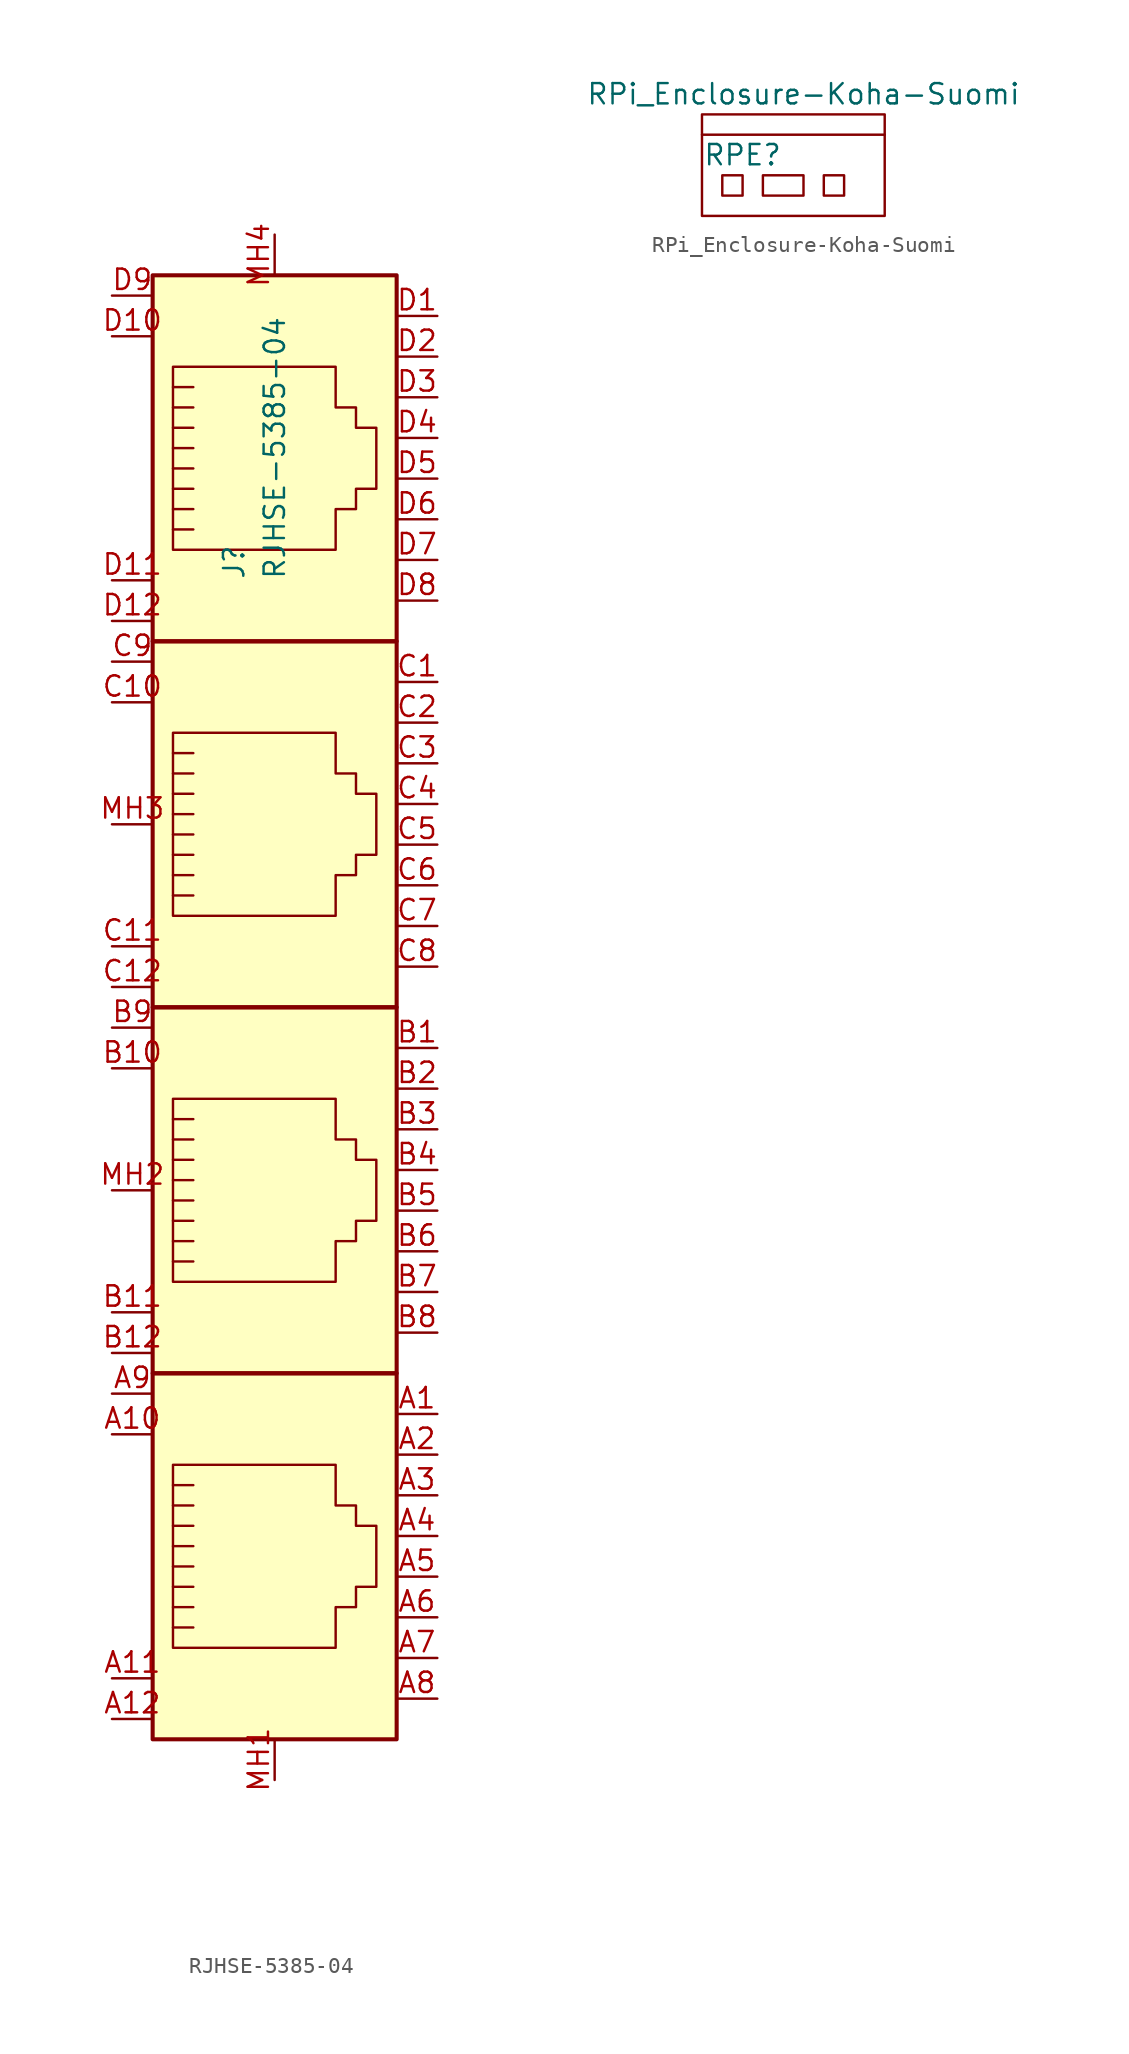
<source format=kicad_sym>
(kicad_symbol_lib
  (version 20220914)
  (generator kicad_symbol_editor)
  (symbol "RJHSE-5385-04"
    (pin_names
      (offset 0.762))
    (property "Reference" "J"
      (at -33.02 -12.7 90)
      (effects (font (size 1.27 1.27)) (justify left)))
    (property "Value" "RJHSE-5385-04"
      (at -30.48 -12.7 90)
      (effects (font (size 1.27 1.27)) (justify left)))
    (symbol "RJHSE-5385-04_1_1"
      (rectangle (start -22.86 -62.23) (end -38.1 -85.09) (stroke (width 0.254) (type solid)) (fill (type background)))
      (rectangle (start -22.86 -39.37) (end -38.1 -62.23) (stroke (width 0.254) (type solid)) (fill (type background)))
      (rectangle (start -22.86 -16.51) (end -38.1 -39.37) (stroke (width 0.254) (type solid)) (fill (type background)))
      (rectangle (start -22.86 -16.51) (end -38.1 6.35) (stroke (width 0.254) (type solid)) (fill (type background)))
      (polyline (pts (xy -35.56 -70.485) (xy -36.83 -70.485)) (stroke (width 0) (type solid)) (fill (type none)))
      (polyline (pts (xy -35.56 -69.215) (xy -36.83 -69.215)) (stroke (width 0) (type solid)) (fill (type none)))
      (polyline (pts (xy -35.56 -47.625) (xy -36.83 -47.625)) (stroke (width 0) (type solid)) (fill (type none)))
      (polyline (pts (xy -35.56 -46.355) (xy -36.83 -46.355)) (stroke (width 0) (type solid)) (fill (type none)))
      (polyline (pts (xy -35.56 -24.765) (xy -36.83 -24.765)) (stroke (width 0) (type solid)) (fill (type none)))
      (polyline (pts (xy -35.56 -23.495) (xy -36.83 -23.495)) (stroke (width 0) (type solid)) (fill (type none)))
      (polyline (pts (xy -35.56 -9.525) (xy -36.83 -9.525)) (stroke (width 0) (type solid)) (fill (type none)))
      (polyline (pts (xy -35.56 -8.255) (xy -36.83 -8.255)) (stroke (width 0) (type solid)) (fill (type none)))
      (polyline (pts (xy -36.83 -78.105) (xy -35.56 -78.105) (xy -35.56 -78.105)) (stroke (width 0) (type solid)) (fill (type none)))
      (polyline (pts (xy -36.83 -76.835) (xy -35.56 -76.835) (xy -35.56 -76.835)) (stroke (width 0) (type solid)) (fill (type none)))
      (polyline (pts (xy -36.83 -75.565) (xy -35.56 -75.565) (xy -35.56 -75.565)) (stroke (width 0) (type solid)) (fill (type none)))
      (polyline (pts (xy -36.83 -74.295) (xy -35.56 -74.295) (xy -35.56 -74.295)) (stroke (width 0) (type solid)) (fill (type none)))
      (polyline (pts (xy -36.83 -73.025) (xy -35.56 -73.025) (xy -35.56 -73.025)) (stroke (width 0) (type solid)) (fill (type none)))
      (polyline (pts (xy -36.83 -55.245) (xy -35.56 -55.245) (xy -35.56 -55.245)) (stroke (width 0) (type solid)) (fill (type none)))
      (polyline (pts (xy -36.83 -53.975) (xy -35.56 -53.975) (xy -35.56 -53.975)) (stroke (width 0) (type solid)) (fill (type none)))
      (polyline (pts (xy -36.83 -52.705) (xy -35.56 -52.705) (xy -35.56 -52.705)) (stroke (width 0) (type solid)) (fill (type none)))
      (polyline (pts (xy -36.83 -51.435) (xy -35.56 -51.435) (xy -35.56 -51.435)) (stroke (width 0) (type solid)) (fill (type none)))
      (polyline (pts (xy -36.83 -50.165) (xy -35.56 -50.165) (xy -35.56 -50.165)) (stroke (width 0) (type solid)) (fill (type none)))
      (polyline (pts (xy -36.83 -32.385) (xy -35.56 -32.385) (xy -35.56 -32.385)) (stroke (width 0) (type solid)) (fill (type none)))
      (polyline (pts (xy -36.83 -31.115) (xy -35.56 -31.115) (xy -35.56 -31.115)) (stroke (width 0) (type solid)) (fill (type none)))
      (polyline (pts (xy -36.83 -29.845) (xy -35.56 -29.845) (xy -35.56 -29.845)) (stroke (width 0) (type solid)) (fill (type none)))
      (polyline (pts (xy -36.83 -28.575) (xy -35.56 -28.575) (xy -35.56 -28.575)) (stroke (width 0) (type solid)) (fill (type none)))
      (polyline (pts (xy -36.83 -27.305) (xy -35.56 -27.305) (xy -35.56 -27.305)) (stroke (width 0) (type solid)) (fill (type none)))
      (polyline (pts (xy -36.83 -5.715) (xy -35.56 -5.715) (xy -35.56 -5.715)) (stroke (width 0) (type solid)) (fill (type none)))
      (polyline (pts (xy -36.83 -4.445) (xy -35.56 -4.445) (xy -35.56 -4.445)) (stroke (width 0) (type solid)) (fill (type none)))
      (polyline (pts (xy -36.83 -3.175) (xy -35.56 -3.175) (xy -35.56 -3.175)) (stroke (width 0) (type solid)) (fill (type none)))
      (polyline (pts (xy -36.83 -1.905) (xy -35.56 -1.905) (xy -35.56 -1.905)) (stroke (width 0) (type solid)) (fill (type none)))
      (polyline (pts (xy -36.83 -0.635) (xy -35.56 -0.635) (xy -35.56 -0.635)) (stroke (width 0) (type solid)) (fill (type none)))
      (polyline (pts (xy -35.56 -71.755) (xy -36.83 -71.755) (xy -36.83 -71.755)) (stroke (width 0) (type solid)) (fill (type none)))
      (polyline (pts (xy -35.56 -48.895) (xy -36.83 -48.895) (xy -36.83 -48.895)) (stroke (width 0) (type solid)) (fill (type none)))
      (polyline (pts (xy -35.56 -26.035) (xy -36.83 -26.035) (xy -36.83 -26.035)) (stroke (width 0) (type solid)) (fill (type none)))
      (polyline (pts (xy -35.56 -6.985) (xy -36.83 -6.985) (xy -36.83 -6.985)) (stroke (width 0) (type solid)) (fill (type none)))
      (polyline (pts (xy -36.83 -79.375) (xy -36.83 -67.945) (xy -26.67 -67.945) (xy -26.67 -70.485) (xy -25.4 -70.485) (xy -25.4 -71.755) (xy -24.13 -71.755) (xy -24.13 -75.565) (xy -25.4 -75.565) (xy -25.4 -76.835) (xy -26.67 -76.835) (xy -26.67 -79.375) (xy -36.83 -79.375) (xy -36.83 -79.375)) (stroke (width 0) (type solid)) (fill (type none)))
      (polyline (pts (xy -36.83 -56.515) (xy -36.83 -45.085) (xy -26.67 -45.085) (xy -26.67 -47.625) (xy -25.4 -47.625) (xy -25.4 -48.895) (xy -24.13 -48.895) (xy -24.13 -52.705) (xy -25.4 -52.705) (xy -25.4 -53.975) (xy -26.67 -53.975) (xy -26.67 -56.515) (xy -36.83 -56.515) (xy -36.83 -56.515)) (stroke (width 0) (type solid)) (fill (type none)))
      (polyline (pts (xy -36.83 -33.655) (xy -36.83 -22.225) (xy -26.67 -22.225) (xy -26.67 -24.765) (xy -25.4 -24.765) (xy -25.4 -26.035) (xy -24.13 -26.035) (xy -24.13 -29.845) (xy -25.4 -29.845) (xy -25.4 -31.115) (xy -26.67 -31.115) (xy -26.67 -33.655) (xy -36.83 -33.655) (xy -36.83 -33.655)) (stroke (width 0) (type solid)) (fill (type none)))
      (polyline (pts (xy -36.83 0.635) (xy -36.83 -10.795) (xy -26.67 -10.795) (xy -26.67 -8.255) (xy -25.4 -8.255) (xy -25.4 -6.985) (xy -24.13 -6.985) (xy -24.13 -3.175) (xy -25.4 -3.175) (xy -25.4 -1.905) (xy -26.67 -1.905) (xy -26.67 0.635) (xy -36.83 0.635) (xy -36.83 0.635)) (stroke (width 0) (type solid)) (fill (type none)))
      (pin passive line (at -20.32 -64.77 180) (length 2.54) (name "~" (effects (font (size 1.27 1.27)))) (number "A1" (effects (font (size 1.27 1.27)))))
      (pin input line (at -40.64 -66.04 0) (length 2.54) (name "~" (effects (font (size 1.27 1.27)))) (number "A10" (effects (font (size 1.27 1.27)))))
      (pin output line (at -40.64 -81.28 0) (length 2.54) (name "~" (effects (font (size 1.27 1.27)))) (number "A11" (effects (font (size 1.27 1.27)))))
      (pin input line (at -40.64 -83.82 0) (length 2.54) (name "~" (effects (font (size 1.27 1.27)))) (number "A12" (effects (font (size 1.27 1.27)))))
      (pin passive line (at -20.32 -67.31 180) (length 2.54) (name "~" (effects (font (size 1.27 1.27)))) (number "A2" (effects (font (size 1.27 1.27)))))
      (pin passive line (at -20.32 -69.85 180) (length 2.54) (name "~" (effects (font (size 1.27 1.27)))) (number "A3" (effects (font (size 1.27 1.27)))))
      (pin passive line (at -20.32 -72.39 180) (length 2.54) (name "~" (effects (font (size 1.27 1.27)))) (number "A4" (effects (font (size 1.27 1.27)))))
      (pin passive line (at -20.32 -74.93 180) (length 2.54) (name "~" (effects (font (size 1.27 1.27)))) (number "A5" (effects (font (size 1.27 1.27)))))
      (pin passive line (at -20.32 -77.47 180) (length 2.54) (name "~" (effects (font (size 1.27 1.27)))) (number "A6" (effects (font (size 1.27 1.27)))))
      (pin passive line (at -20.32 -80.01 180) (length 2.54) (name "~" (effects (font (size 1.27 1.27)))) (number "A7" (effects (font (size 1.27 1.27)))))
      (pin passive line (at -20.32 -82.55 180) (length 2.54) (name "~" (effects (font (size 1.27 1.27)))) (number "A8" (effects (font (size 1.27 1.27)))))
      (pin output line (at -40.64 -63.5 0) (length 2.54) (name "~" (effects (font (size 1.27 1.27)))) (number "A9" (effects (font (size 1.27 1.27)))))
      (pin passive line (at -20.32 -41.91 180) (length 2.54) (name "~" (effects (font (size 1.27 1.27)))) (number "B1" (effects (font (size 1.27 1.27)))))
      (pin input line (at -40.64 -43.18 0) (length 2.54) (name "~" (effects (font (size 1.27 1.27)))) (number "B10" (effects (font (size 1.27 1.27)))))
      (pin output line (at -40.64 -58.42 0) (length 2.54) (name "~" (effects (font (size 1.27 1.27)))) (number "B11" (effects (font (size 1.27 1.27)))))
      (pin input line (at -40.64 -60.96 0) (length 2.54) (name "~" (effects (font (size 1.27 1.27)))) (number "B12" (effects (font (size 1.27 1.27)))))
      (pin passive line (at -20.32 -44.45 180) (length 2.54) (name "~" (effects (font (size 1.27 1.27)))) (number "B2" (effects (font (size 1.27 1.27)))))
      (pin passive line (at -20.32 -46.99 180) (length 2.54) (name "~" (effects (font (size 1.27 1.27)))) (number "B3" (effects (font (size 1.27 1.27)))))
      (pin passive line (at -20.32 -49.53 180) (length 2.54) (name "~" (effects (font (size 1.27 1.27)))) (number "B4" (effects (font (size 1.27 1.27)))))
      (pin passive line (at -20.32 -52.07 180) (length 2.54) (name "~" (effects (font (size 1.27 1.27)))) (number "B5" (effects (font (size 1.27 1.27)))))
      (pin passive line (at -20.32 -54.61 180) (length 2.54) (name "~" (effects (font (size 1.27 1.27)))) (number "B6" (effects (font (size 1.27 1.27)))))
      (pin passive line (at -20.32 -57.15 180) (length 2.54) (name "~" (effects (font (size 1.27 1.27)))) (number "B7" (effects (font (size 1.27 1.27)))))
      (pin passive line (at -20.32 -59.69 180) (length 2.54) (name "~" (effects (font (size 1.27 1.27)))) (number "B8" (effects (font (size 1.27 1.27)))))
      (pin output line (at -40.64 -40.64 0) (length 2.54) (name "~" (effects (font (size 1.27 1.27)))) (number "B9" (effects (font (size 1.27 1.27)))))
      (pin passive line (at -20.32 -19.05 180) (length 2.54) (name "~" (effects (font (size 1.27 1.27)))) (number "C1" (effects (font (size 1.27 1.27)))))
      (pin input line (at -40.64 -20.32 0) (length 2.54) (name "~" (effects (font (size 1.27 1.27)))) (number "C10" (effects (font (size 1.27 1.27)))))
      (pin output line (at -40.64 -35.56 0) (length 2.54) (name "~" (effects (font (size 1.27 1.27)))) (number "C11" (effects (font (size 1.27 1.27)))))
      (pin input line (at -40.64 -38.1 0) (length 2.54) (name "~" (effects (font (size 1.27 1.27)))) (number "C12" (effects (font (size 1.27 1.27)))))
      (pin passive line (at -20.32 -21.59 180) (length 2.54) (name "~" (effects (font (size 1.27 1.27)))) (number "C2" (effects (font (size 1.27 1.27)))))
      (pin passive line (at -20.32 -24.13 180) (length 2.54) (name "~" (effects (font (size 1.27 1.27)))) (number "C3" (effects (font (size 1.27 1.27)))))
      (pin passive line (at -20.32 -26.67 180) (length 2.54) (name "~" (effects (font (size 1.27 1.27)))) (number "C4" (effects (font (size 1.27 1.27)))))
      (pin passive line (at -20.32 -29.21 180) (length 2.54) (name "~" (effects (font (size 1.27 1.27)))) (number "C5" (effects (font (size 1.27 1.27)))))
      (pin passive line (at -20.32 -31.75 180) (length 2.54) (name "~" (effects (font (size 1.27 1.27)))) (number "C6" (effects (font (size 1.27 1.27)))))
      (pin passive line (at -20.32 -34.29 180) (length 2.54) (name "~" (effects (font (size 1.27 1.27)))) (number "C7" (effects (font (size 1.27 1.27)))))
      (pin passive line (at -20.32 -36.83 180) (length 2.54) (name "~" (effects (font (size 1.27 1.27)))) (number "C8" (effects (font (size 1.27 1.27)))))
      (pin output line (at -40.64 -17.78 0) (length 2.54) (name "~" (effects (font (size 1.27 1.27)))) (number "C9" (effects (font (size 1.27 1.27)))))
      (pin passive line (at -20.32 3.81 180) (length 2.54) (name "~" (effects (font (size 1.27 1.27)))) (number "D1" (effects (font (size 1.27 1.27)))))
      (pin input line (at -40.64 2.54 0) (length 2.54) (name "~" (effects (font (size 1.27 1.27)))) (number "D10" (effects (font (size 1.27 1.27)))))
      (pin output line (at -40.64 -12.7 0) (length 2.54) (name "~" (effects (font (size 1.27 1.27)))) (number "D11" (effects (font (size 1.27 1.27)))))
      (pin input line (at -40.64 -15.24 0) (length 2.54) (name "~" (effects (font (size 1.27 1.27)))) (number "D12" (effects (font (size 1.27 1.27)))))
      (pin passive line (at -20.32 1.27 180) (length 2.54) (name "~" (effects (font (size 1.27 1.27)))) (number "D2" (effects (font (size 1.27 1.27)))))
      (pin passive line (at -20.32 -1.27 180) (length 2.54) (name "~" (effects (font (size 1.27 1.27)))) (number "D3" (effects (font (size 1.27 1.27)))))
      (pin passive line (at -20.32 -3.81 180) (length 2.54) (name "~" (effects (font (size 1.27 1.27)))) (number "D4" (effects (font (size 1.27 1.27)))))
      (pin passive line (at -20.32 -6.35 180) (length 2.54) (name "~" (effects (font (size 1.27 1.27)))) (number "D5" (effects (font (size 1.27 1.27)))))
      (pin passive line (at -20.32 -8.89 180) (length 2.54) (name "~" (effects (font (size 1.27 1.27)))) (number "D6" (effects (font (size 1.27 1.27)))))
      (pin passive line (at -20.32 -11.43 180) (length 2.54) (name "~" (effects (font (size 1.27 1.27)))) (number "D7" (effects (font (size 1.27 1.27)))))
      (pin passive line (at -20.32 -13.97 180) (length 2.54) (name "~" (effects (font (size 1.27 1.27)))) (number "D8" (effects (font (size 1.27 1.27)))))
      (pin output line (at -40.64 5.08 0) (length 2.54) (name "~" (effects (font (size 1.27 1.27)))) (number "D9" (effects (font (size 1.27 1.27)))))
      (pin passive line (at -30.48 -87.63 90) (length 2.54) (name "~" (effects (font (size 1.27 1.27)))) (number "MH1" (effects (font (size 1.27 1.27)))))
      (pin passive line (at -40.64 -50.8 0) (length 2.54) (name "~" (effects (font (size 1.27 1.27)))) (number "MH2" (effects (font (size 1.27 1.27)))))
      (pin passive line (at -40.64 -27.94 0) (length 2.54) (name "~" (effects (font (size 1.27 1.27)))) (number "MH3" (effects (font (size 1.27 1.27)))))
      (pin passive line (at -30.48 8.89 270) (length 2.54) (name "~" (effects (font (size 1.27 1.27)))) (number "MH4" (effects (font (size 1.27 1.27)))))))
  (symbol "RPi_Enclosure-Koha-Suomi"
    (pin_names
      (offset 1.016))
    (property "Reference" "RPE"
      (at -3.81 1.27 0)
      (effects (font (size 1.27 1.27))))
    (property "Value" "RPi_Enclosure-Koha-Suomi"
      (at 0 5.08 0)
      (effects (font (size 1.27 1.27))))
    (symbol "RPi_Enclosure-Koha-Suomi_0_0"
      (polyline (pts (xy -6.35 2.54) (xy -6.35 3.81) (xy 5.08 3.81) (xy 5.08 2.54)) (stroke (width 0) (type solid)) (fill (type none)))
      (polyline (pts (xy -6.35 -2.54) (xy -6.35 2.54) (xy 5.08 2.54) (xy 5.08 -2.54) (xy -6.35 -2.54)) (stroke (width 0) (type solid)) (fill (type none)))
      (polyline (pts (xy -5.08 -1.27) (xy -5.08 0) (xy -3.81 0) (xy -3.81 -1.27) (xy -5.08 -1.27)) (stroke (width 0) (type solid)) (fill (type none)))
      (polyline (pts (xy -2.54 -1.27) (xy -2.54 0) (xy 0 0) (xy 0 -1.27) (xy -2.54 -1.27)) (stroke (width 0) (type solid)) (fill (type none)))
      (polyline (pts (xy 1.27 -1.27) (xy 1.27 0) (xy 2.54 0) (xy 2.54 -1.27) (xy 1.27 -1.27)) (stroke (width 0) (type solid)) (fill (type none))))))
</source>
